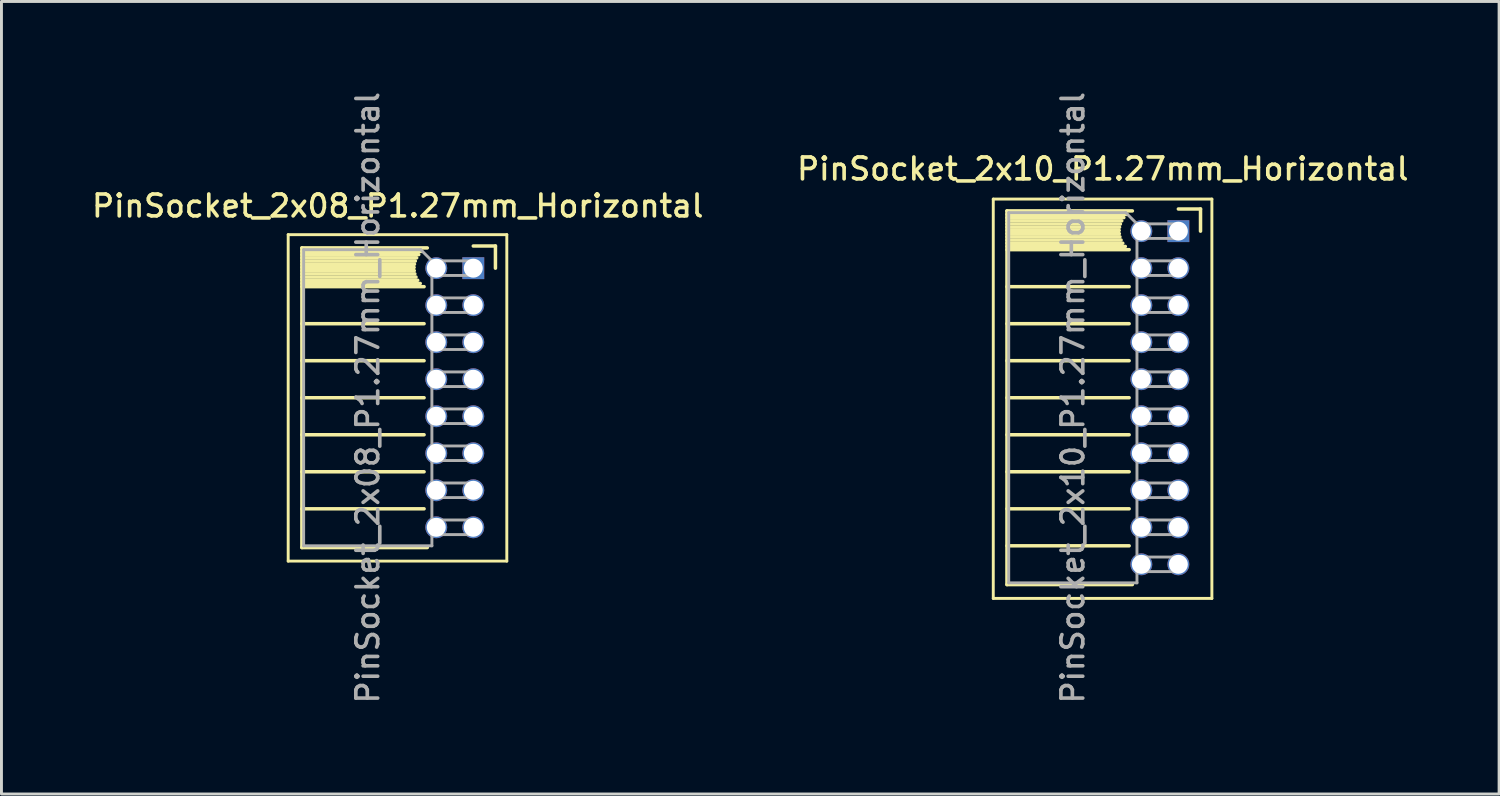
<source format=kicad_pcb>
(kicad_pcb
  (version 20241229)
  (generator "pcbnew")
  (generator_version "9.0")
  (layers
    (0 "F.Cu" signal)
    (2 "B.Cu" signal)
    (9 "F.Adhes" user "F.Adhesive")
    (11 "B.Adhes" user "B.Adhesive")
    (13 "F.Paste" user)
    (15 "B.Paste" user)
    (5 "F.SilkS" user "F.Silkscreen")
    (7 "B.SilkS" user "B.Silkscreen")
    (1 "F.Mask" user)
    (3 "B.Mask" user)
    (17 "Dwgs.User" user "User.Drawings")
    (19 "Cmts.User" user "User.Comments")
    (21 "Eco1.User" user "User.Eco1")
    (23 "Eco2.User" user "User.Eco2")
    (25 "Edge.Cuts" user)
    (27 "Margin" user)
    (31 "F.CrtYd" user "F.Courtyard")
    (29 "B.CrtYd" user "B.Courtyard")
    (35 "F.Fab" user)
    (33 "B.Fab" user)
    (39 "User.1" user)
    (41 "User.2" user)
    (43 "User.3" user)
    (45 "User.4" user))
  (footprint "PinSocket_2x10_P1.27mm_Horizontal"
    (layer "F.Cu")
    (at 37.376 4.88)
    (property "Reference" "PinSocket_2x10_P1.27mm_Horizontal" (at -2.592 -2.135 0) (layer "F.SilkS") (effects (font (size 0.75 0.75) (thickness 0.125))))
    (attr through_hole)
    (fp_line (start -6.35 -1.1) (end -6.35 12.6) (stroke (width 0.1) (type solid)) (layer "F.SilkS"))
    (fp_line (start -6.35 12.6) (end 1.15 12.6) (stroke (width 0.1) (type solid)) (layer "F.SilkS"))
    (fp_line (start -5.88 -0.695) (end -5.88 12.125) (stroke (width 0.12) (type solid)) (layer "F.SilkS"))
    (fp_line (start -5.88 -0.695) (end -1.578 -0.695) (stroke (width 0.12) (type solid)) (layer "F.SilkS"))
    (fp_line (start -5.88 -0.575) (end -1.767 -0.575) (stroke (width 0.12) (type solid)) (layer "F.SilkS"))
    (fp_line (start -5.88 -0.465) (end -1.871 -0.465) (stroke (width 0.12) (type solid)) (layer "F.SilkS"))
    (fp_line (start -5.88 -0.355) (end -1.942 -0.355) (stroke (width 0.12) (type solid)) (layer "F.SilkS"))
    (fp_line (start -5.88 -0.245) (end -1.989 -0.245) (stroke (width 0.12) (type solid)) (layer "F.SilkS"))
    (fp_line (start -5.88 -0.135) (end -2.018 -0.135) (stroke (width 0.12) (type solid)) (layer "F.SilkS"))
    (fp_line (start -5.88 -0.025) (end -2.03 -0.025) (stroke (width 0.12) (type solid)) (layer "F.SilkS"))
    (fp_line (start -5.88 0.085) (end -2.025 0.085) (stroke (width 0.12) (type solid)) (layer "F.SilkS"))
    (fp_line (start -5.88 0.195) (end -2.005 0.195) (stroke (width 0.12) (type solid)) (layer "F.SilkS"))
    (fp_line (start -5.88 0.305) (end -1.966 0.305) (stroke (width 0.12) (type solid)) (layer "F.SilkS"))
    (fp_line (start -5.88 0.415) (end -1.907 0.415) (stroke (width 0.12) (type solid)) (layer "F.SilkS"))
    (fp_line (start -5.88 0.525) (end -1.82 0.525) (stroke (width 0.12) (type solid)) (layer "F.SilkS"))
    (fp_line (start -5.88 0.635) (end -1.688 0.635) (stroke (width 0.12) (type solid)) (layer "F.SilkS"))
    (fp_line (start -5.88 1.905) (end -1.688 1.905) (stroke (width 0.12) (type solid)) (layer "F.SilkS"))
    (fp_line (start -5.88 3.175) (end -1.688 3.175) (stroke (width 0.12) (type solid)) (layer "F.SilkS"))
    (fp_line (start -5.88 4.445) (end -1.688 4.445) (stroke (width 0.12) (type solid)) (layer "F.SilkS"))
    (fp_line (start -5.88 5.715) (end -1.688 5.715) (stroke (width 0.12) (type solid)) (layer "F.SilkS"))
    (fp_line (start -5.88 6.985) (end -1.688 6.985) (stroke (width 0.12) (type solid)) (layer "F.SilkS"))
    (fp_line (start -5.88 8.255) (end -1.688 8.255) (stroke (width 0.12) (type solid)) (layer "F.SilkS"))
    (fp_line (start -5.88 9.525) (end -1.688 9.525) (stroke (width 0.12) (type solid)) (layer "F.SilkS"))
    (fp_line (start -5.88 10.795) (end -1.688 10.795) (stroke (width 0.12) (type solid)) (layer "F.SilkS"))
    (fp_line (start -5.88 12.125) (end -1.578 12.125) (stroke (width 0.12) (type solid)) (layer "F.SilkS"))
    (fp_line (start 0 -0.76) (end 0.76 -0.76) (stroke (width 0.12) (type solid)) (layer "F.SilkS"))
    (fp_line (start 0.76 -0.76) (end 0.76 0) (stroke (width 0.12) (type solid)) (layer "F.SilkS"))
    (fp_line (start 1.15 -1.1) (end -6.35 -1.1) (stroke (width 0.1) (type solid)) (layer "F.SilkS"))
    (fp_line (start 1.15 12.6) (end 1.15 -1.1) (stroke (width 0.1) (type solid)) (layer "F.SilkS"))
    (fp_line (start -5.82 -0.635) (end -1.805 -0.635) (stroke (width 0.1) (type solid)) (layer "F.Fab"))
    (fp_line (start -5.82 12.065) (end -5.82 -0.635) (stroke (width 0.1) (type solid)) (layer "F.Fab"))
    (fp_line (start -1.805 -0.635) (end -1.42 -0.25) (stroke (width 0.1) (type solid)) (layer "F.Fab"))
    (fp_line (start -1.42 -0.25) (end -1.42 12.065) (stroke (width 0.1) (type solid)) (layer "F.Fab"))
    (fp_line (start -1.42 0.25) (end 0 0.25) (stroke (width 0.1) (type solid)) (layer "F.Fab"))
    (fp_line (start -1.42 1.52) (end 0 1.52) (stroke (width 0.1) (type solid)) (layer "F.Fab"))
    (fp_line (start -1.42 2.79) (end 0 2.79) (stroke (width 0.1) (type solid)) (layer "F.Fab"))
    (fp_line (start -1.42 4.06) (end 0 4.06) (stroke (width 0.1) (type solid)) (layer "F.Fab"))
    (fp_line (start -1.42 5.33) (end 0 5.33) (stroke (width 0.1) (type solid)) (layer "F.Fab"))
    (fp_line (start -1.42 6.6) (end 0 6.6) (stroke (width 0.1) (type solid)) (layer "F.Fab"))
    (fp_line (start -1.42 7.87) (end 0 7.87) (stroke (width 0.1) (type solid)) (layer "F.Fab"))
    (fp_line (start -1.42 9.14) (end 0 9.14) (stroke (width 0.1) (type solid)) (layer "F.Fab"))
    (fp_line (start -1.42 10.41) (end 0 10.41) (stroke (width 0.1) (type solid)) (layer "F.Fab"))
    (fp_line (start -1.42 11.68) (end 0 11.68) (stroke (width 0.1) (type solid)) (layer "F.Fab"))
    (fp_line (start -1.42 12.065) (end -5.82 12.065) (stroke (width 0.1) (type solid)) (layer "F.Fab"))
    (fp_line (start 0 -0.25) (end -1.42 -0.25) (stroke (width 0.1) (type solid)) (layer "F.Fab"))
    (fp_line (start 0 0.25) (end 0 -0.25) (stroke (width 0.1) (type solid)) (layer "F.Fab"))
    (fp_line (start 0 1.02) (end -1.42 1.02) (stroke (width 0.1) (type solid)) (layer "F.Fab"))
    (fp_line (start 0 1.52) (end 0 1.02) (stroke (width 0.1) (type solid)) (layer "F.Fab"))
    (fp_line (start 0 2.29) (end -1.42 2.29) (stroke (width 0.1) (type solid)) (layer "F.Fab"))
    (fp_line (start 0 2.79) (end 0 2.29) (stroke (width 0.1) (type solid)) (layer "F.Fab"))
    (fp_line (start 0 3.56) (end -1.42 3.56) (stroke (width 0.1) (type solid)) (layer "F.Fab"))
    (fp_line (start 0 4.06) (end 0 3.56) (stroke (width 0.1) (type solid)) (layer "F.Fab"))
    (fp_line (start 0 4.83) (end -1.42 4.83) (stroke (width 0.1) (type solid)) (layer "F.Fab"))
    (fp_line (start 0 5.33) (end 0 4.83) (stroke (width 0.1) (type solid)) (layer "F.Fab"))
    (fp_line (start 0 6.1) (end -1.42 6.1) (stroke (width 0.1) (type solid)) (layer "F.Fab"))
    (fp_line (start 0 6.6) (end 0 6.1) (stroke (width 0.1) (type solid)) (layer "F.Fab"))
    (fp_line (start 0 7.37) (end -1.42 7.37) (stroke (width 0.1) (type solid)) (layer "F.Fab"))
    (fp_line (start 0 7.87) (end 0 7.37) (stroke (width 0.1) (type solid)) (layer "F.Fab"))
    (fp_line (start 0 8.64) (end -1.42 8.64) (stroke (width 0.1) (type solid)) (layer "F.Fab"))
    (fp_line (start 0 9.14) (end 0 8.64) (stroke (width 0.1) (type solid)) (layer "F.Fab"))
    (fp_line (start 0 9.91) (end -1.42 9.91) (stroke (width 0.1) (type solid)) (layer "F.Fab"))
    (fp_line (start 0 10.41) (end 0 9.91) (stroke (width 0.1) (type solid)) (layer "F.Fab"))
    (fp_line (start 0 11.18) (end -1.42 11.18) (stroke (width 0.1) (type solid)) (layer "F.Fab"))
    (fp_line (start 0 11.68) (end 0 11.18) (stroke (width 0.1) (type solid)) (layer "F.Fab"))
    (fp_text user "${REFERENCE}" (at -3.62 5.715 90) (layer "F.Fab") (effects (font (size 0.75 0.75) (thickness 0.125))))
    (pad "1" thru_hole rect (at 0 0) (size 0.75 0.75) (drill 0.65) (layers "*.Cu" "*.Mask"))
    (pad "2" thru_hole oval (at -1.27 0) (size 0.75 0.75) (drill 0.65) (layers "*.Cu" "*.Mask"))
    (pad "3" thru_hole oval (at 0 1.27) (size 0.75 0.75) (drill 0.65) (layers "*.Cu" "*.Mask"))
    (pad "4" thru_hole oval (at -1.27 1.27) (size 0.75 0.75) (drill 0.65) (layers "*.Cu" "*.Mask"))
    (pad "5" thru_hole oval (at 0 2.54) (size 0.75 0.75) (drill 0.65) (layers "*.Cu" "*.Mask"))
    (pad "6" thru_hole oval (at -1.27 2.54) (size 0.75 0.75) (drill 0.65) (layers "*.Cu" "*.Mask"))
    (pad "7" thru_hole oval (at 0 3.81) (size 0.75 0.75) (drill 0.65) (layers "*.Cu" "*.Mask"))
    (pad "8" thru_hole oval (at -1.27 3.81) (size 0.75 0.75) (drill 0.65) (layers "*.Cu" "*.Mask"))
    (pad "9" thru_hole oval (at 0 5.08) (size 0.75 0.75) (drill 0.65) (layers "*.Cu" "*.Mask"))
    (pad "10" thru_hole oval (at -1.27 5.08) (size 0.75 0.75) (drill 0.65) (layers "*.Cu" "*.Mask"))
    (pad "11" thru_hole oval (at 0 6.35) (size 0.75 0.75) (drill 0.65) (layers "*.Cu" "*.Mask"))
    (pad "12" thru_hole oval (at -1.27 6.35) (size 0.75 0.75) (drill 0.65) (layers "*.Cu" "*.Mask"))
    (pad "13" thru_hole oval (at 0 7.62) (size 0.75 0.75) (drill 0.65) (layers "*.Cu" "*.Mask"))
    (pad "14" thru_hole oval (at -1.27 7.62) (size 0.75 0.75) (drill 0.65) (layers "*.Cu" "*.Mask"))
    (pad "15" thru_hole oval (at 0 8.89) (size 0.75 0.75) (drill 0.65) (layers "*.Cu" "*.Mask"))
    (pad "16" thru_hole oval (at -1.27 8.89) (size 0.75 0.75) (drill 0.65) (layers "*.Cu" "*.Mask"))
    (pad "17" thru_hole oval (at 0 10.16) (size 0.75 0.75) (drill 0.65) (layers "*.Cu" "*.Mask"))
    (pad "18" thru_hole oval (at -1.27 10.16) (size 0.75 0.75) (drill 0.65) (layers "*.Cu" "*.Mask"))
    (pad "19" thru_hole oval (at 0 11.43) (size 0.75 0.75) (drill 0.65) (layers "*.Cu" "*.Mask"))
    (pad "20" thru_hole oval (at -1.27 11.43) (size 0.75 0.75) (drill 0.65) (layers "*.Cu" "*.Mask")))
  (footprint "PinSocket_2x08_P1.27mm_Horizontal"
    (layer "F.Cu")
    (at 13.187 6.15)
    (property "Reference" "PinSocket_2x08_P1.27mm_Horizontal" (at -2.592 -2.135 0) (layer "F.SilkS") (effects (font (size 0.75 0.75) (thickness 0.125))))
    (attr through_hole)
    (fp_line (start -6.35 -1.15) (end -6.35 10.05) (stroke (width 0.1) (type solid)) (layer "F.SilkS"))
    (fp_line (start -6.35 10.05) (end 1.15 10.05) (stroke (width 0.1) (type solid)) (layer "F.SilkS"))
    (fp_line (start -5.88 -0.695) (end -5.88 9.585) (stroke (width 0.12) (type solid)) (layer "F.SilkS"))
    (fp_line (start -5.88 -0.695) (end -1.578 -0.695) (stroke (width 0.12) (type solid)) (layer "F.SilkS"))
    (fp_line (start -5.88 -0.575) (end -1.767 -0.575) (stroke (width 0.12) (type solid)) (layer "F.SilkS"))
    (fp_line (start -5.88 -0.465) (end -1.871 -0.465) (stroke (width 0.12) (type solid)) (layer "F.SilkS"))
    (fp_line (start -5.88 -0.355) (end -1.942 -0.355) (stroke (width 0.12) (type solid)) (layer "F.SilkS"))
    (fp_line (start -5.88 -0.245) (end -1.989 -0.245) (stroke (width 0.12) (type solid)) (layer "F.SilkS"))
    (fp_line (start -5.88 -0.135) (end -2.018 -0.135) (stroke (width 0.12) (type solid)) (layer "F.SilkS"))
    (fp_line (start -5.88 -0.025) (end -2.03 -0.025) (stroke (width 0.12) (type solid)) (layer "F.SilkS"))
    (fp_line (start -5.88 0.085) (end -2.025 0.085) (stroke (width 0.12) (type solid)) (layer "F.SilkS"))
    (fp_line (start -5.88 0.195) (end -2.005 0.195) (stroke (width 0.12) (type solid)) (layer "F.SilkS"))
    (fp_line (start -5.88 0.305) (end -1.966 0.305) (stroke (width 0.12) (type solid)) (layer "F.SilkS"))
    (fp_line (start -5.88 0.415) (end -1.907 0.415) (stroke (width 0.12) (type solid)) (layer "F.SilkS"))
    (fp_line (start -5.88 0.525) (end -1.82 0.525) (stroke (width 0.12) (type solid)) (layer "F.SilkS"))
    (fp_line (start -5.88 0.635) (end -1.688 0.635) (stroke (width 0.12) (type solid)) (layer "F.SilkS"))
    (fp_line (start -5.88 1.905) (end -1.688 1.905) (stroke (width 0.12) (type solid)) (layer "F.SilkS"))
    (fp_line (start -5.88 3.175) (end -1.688 3.175) (stroke (width 0.12) (type solid)) (layer "F.SilkS"))
    (fp_line (start -5.88 4.445) (end -1.688 4.445) (stroke (width 0.12) (type solid)) (layer "F.SilkS"))
    (fp_line (start -5.88 5.715) (end -1.688 5.715) (stroke (width 0.12) (type solid)) (layer "F.SilkS"))
    (fp_line (start -5.88 6.985) (end -1.688 6.985) (stroke (width 0.12) (type solid)) (layer "F.SilkS"))
    (fp_line (start -5.88 8.255) (end -1.688 8.255) (stroke (width 0.12) (type solid)) (layer "F.SilkS"))
    (fp_line (start -5.88 9.585) (end -1.578 9.585) (stroke (width 0.12) (type solid)) (layer "F.SilkS"))
    (fp_line (start 0 -0.76) (end 0.76 -0.76) (stroke (width 0.12) (type solid)) (layer "F.SilkS"))
    (fp_line (start 0.76 -0.76) (end 0.76 0) (stroke (width 0.12) (type solid)) (layer "F.SilkS"))
    (fp_line (start 1.15 -1.15) (end -6.35 -1.15) (stroke (width 0.1) (type solid)) (layer "F.SilkS"))
    (fp_line (start 1.15 10.05) (end 1.15 -1.15) (stroke (width 0.1) (type solid)) (layer "F.SilkS"))
    (fp_line (start -5.82 -0.635) (end -1.805 -0.635) (stroke (width 0.1) (type solid)) (layer "F.Fab"))
    (fp_line (start -5.82 9.525) (end -5.82 -0.635) (stroke (width 0.1) (type solid)) (layer "F.Fab"))
    (fp_line (start -1.805 -0.635) (end -1.42 -0.25) (stroke (width 0.1) (type solid)) (layer "F.Fab"))
    (fp_line (start -1.42 -0.25) (end -1.42 9.525) (stroke (width 0.1) (type solid)) (layer "F.Fab"))
    (fp_line (start -1.42 0.25) (end 0 0.25) (stroke (width 0.1) (type solid)) (layer "F.Fab"))
    (fp_line (start -1.42 1.52) (end 0 1.52) (stroke (width 0.1) (type solid)) (layer "F.Fab"))
    (fp_line (start -1.42 2.79) (end 0 2.79) (stroke (width 0.1) (type solid)) (layer "F.Fab"))
    (fp_line (start -1.42 4.06) (end 0 4.06) (stroke (width 0.1) (type solid)) (layer "F.Fab"))
    (fp_line (start -1.42 5.33) (end 0 5.33) (stroke (width 0.1) (type solid)) (layer "F.Fab"))
    (fp_line (start -1.42 6.6) (end 0 6.6) (stroke (width 0.1) (type solid)) (layer "F.Fab"))
    (fp_line (start -1.42 7.87) (end 0 7.87) (stroke (width 0.1) (type solid)) (layer "F.Fab"))
    (fp_line (start -1.42 9.14) (end 0 9.14) (stroke (width 0.1) (type solid)) (layer "F.Fab"))
    (fp_line (start -1.42 9.525) (end -5.82 9.525) (stroke (width 0.1) (type solid)) (layer "F.Fab"))
    (fp_line (start 0 -0.25) (end -1.42 -0.25) (stroke (width 0.1) (type solid)) (layer "F.Fab"))
    (fp_line (start 0 0.25) (end 0 -0.25) (stroke (width 0.1) (type solid)) (layer "F.Fab"))
    (fp_line (start 0 1.02) (end -1.42 1.02) (stroke (width 0.1) (type solid)) (layer "F.Fab"))
    (fp_line (start 0 1.52) (end 0 1.02) (stroke (width 0.1) (type solid)) (layer "F.Fab"))
    (fp_line (start 0 2.29) (end -1.42 2.29) (stroke (width 0.1) (type solid)) (layer "F.Fab"))
    (fp_line (start 0 2.79) (end 0 2.29) (stroke (width 0.1) (type solid)) (layer "F.Fab"))
    (fp_line (start 0 3.56) (end -1.42 3.56) (stroke (width 0.1) (type solid)) (layer "F.Fab"))
    (fp_line (start 0 4.06) (end 0 3.56) (stroke (width 0.1) (type solid)) (layer "F.Fab"))
    (fp_line (start 0 4.83) (end -1.42 4.83) (stroke (width 0.1) (type solid)) (layer "F.Fab"))
    (fp_line (start 0 5.33) (end 0 4.83) (stroke (width 0.1) (type solid)) (layer "F.Fab"))
    (fp_line (start 0 6.1) (end -1.42 6.1) (stroke (width 0.1) (type solid)) (layer "F.Fab"))
    (fp_line (start 0 6.6) (end 0 6.1) (stroke (width 0.1) (type solid)) (layer "F.Fab"))
    (fp_line (start 0 7.37) (end -1.42 7.37) (stroke (width 0.1) (type solid)) (layer "F.Fab"))
    (fp_line (start 0 7.87) (end 0 7.37) (stroke (width 0.1) (type solid)) (layer "F.Fab"))
    (fp_line (start 0 8.64) (end -1.42 8.64) (stroke (width 0.1) (type solid)) (layer "F.Fab"))
    (fp_line (start 0 9.14) (end 0 8.64) (stroke (width 0.1) (type solid)) (layer "F.Fab"))
    (fp_text user "${REFERENCE}" (at -3.62 4.445 90) (layer "F.Fab") (effects (font (size 0.75 0.75) (thickness 0.125))))
    (pad "1" thru_hole rect (at 0 0) (size 0.75 0.75) (drill 0.65) (layers "*.Cu" "*.Mask"))
    (pad "2" thru_hole oval (at -1.27 0) (size 0.75 0.75) (drill 0.65) (layers "*.Cu" "*.Mask"))
    (pad "3" thru_hole oval (at 0 1.27) (size 0.75 0.75) (drill 0.65) (layers "*.Cu" "*.Mask"))
    (pad "4" thru_hole oval (at -1.27 1.27) (size 0.75 0.75) (drill 0.65) (layers "*.Cu" "*.Mask"))
    (pad "5" thru_hole oval (at 0 2.54) (size 0.75 0.75) (drill 0.65) (layers "*.Cu" "*.Mask"))
    (pad "6" thru_hole oval (at -1.27 2.54) (size 0.75 0.75) (drill 0.65) (layers "*.Cu" "*.Mask"))
    (pad "7" thru_hole oval (at 0 3.81) (size 0.75 0.75) (drill 0.65) (layers "*.Cu" "*.Mask"))
    (pad "8" thru_hole oval (at -1.27 3.81) (size 0.75 0.75) (drill 0.65) (layers "*.Cu" "*.Mask"))
    (pad "9" thru_hole oval (at 0 5.08) (size 0.75 0.75) (drill 0.65) (layers "*.Cu" "*.Mask"))
    (pad "10" thru_hole oval (at -1.27 5.08) (size 0.75 0.75) (drill 0.65) (layers "*.Cu" "*.Mask"))
    (pad "11" thru_hole oval (at 0 6.35) (size 0.75 0.75) (drill 0.65) (layers "*.Cu" "*.Mask"))
    (pad "12" thru_hole oval (at -1.27 6.35) (size 0.75 0.75) (drill 0.65) (layers "*.Cu" "*.Mask"))
    (pad "13" thru_hole oval (at 0 7.62) (size 0.75 0.75) (drill 0.65) (layers "*.Cu" "*.Mask"))
    (pad "14" thru_hole oval (at -1.27 7.62) (size 0.75 0.75) (drill 0.65) (layers "*.Cu" "*.Mask"))
    (pad "15" thru_hole oval (at 0 8.89) (size 0.75 0.75) (drill 0.65) (layers "*.Cu" "*.Mask"))
    (pad "16" thru_hole oval (at -1.27 8.89) (size 0.75 0.75) (drill 0.65) (layers "*.Cu" "*.Mask")))
  (gr_rect
    (start -3 -3)
    (end 48.379 24.189)
    (stroke (width 0.1) (type default))
    (fill no)
    (layer "Edge.Cuts")))
</source>
